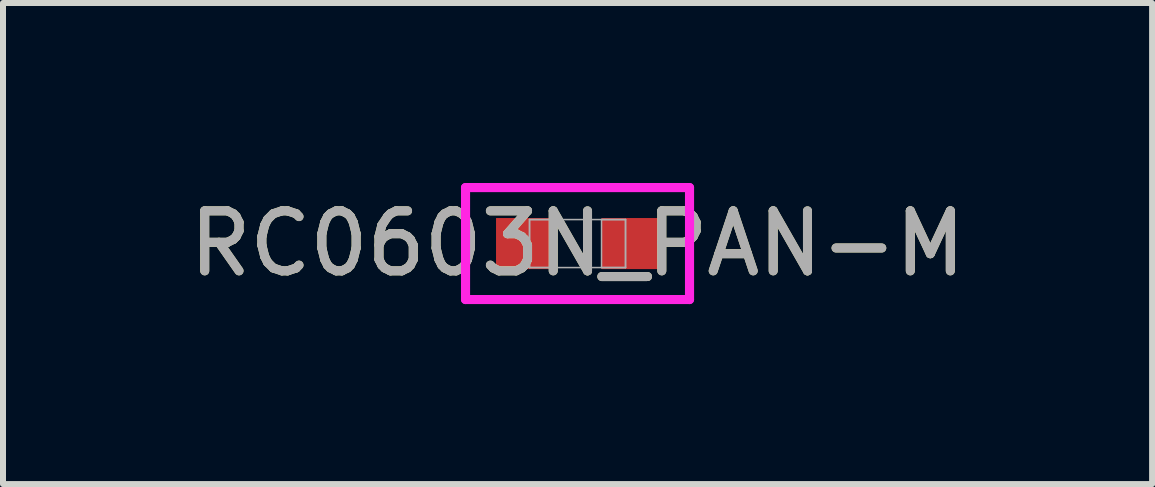
<source format=kicad_pcb>
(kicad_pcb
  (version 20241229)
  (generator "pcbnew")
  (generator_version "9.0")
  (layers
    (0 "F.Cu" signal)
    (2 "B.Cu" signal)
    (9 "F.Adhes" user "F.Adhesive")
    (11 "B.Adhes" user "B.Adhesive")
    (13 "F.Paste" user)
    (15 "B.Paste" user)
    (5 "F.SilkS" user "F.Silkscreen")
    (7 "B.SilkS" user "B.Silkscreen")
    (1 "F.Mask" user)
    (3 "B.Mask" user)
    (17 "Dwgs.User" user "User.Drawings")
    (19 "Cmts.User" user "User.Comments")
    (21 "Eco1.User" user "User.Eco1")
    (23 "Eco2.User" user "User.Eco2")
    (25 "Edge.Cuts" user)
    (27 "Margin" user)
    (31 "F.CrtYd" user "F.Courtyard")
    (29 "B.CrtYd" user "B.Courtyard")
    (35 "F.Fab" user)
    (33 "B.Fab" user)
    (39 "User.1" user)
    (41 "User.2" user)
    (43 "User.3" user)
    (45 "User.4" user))
  (footprint "RC0603N_PAN-M"
    (layer "F.Cu")
    (at 6.577 1.01)
    (property "Reference" "RC0603N_PAN-M" (at 0 0 0) (unlocked yes) (layer "F.SilkS") (effects (font (size 1 1) (thickness 0.15))))
    (attr smd)
    (fp_line (start -1.867 -0.933) (end 1.867 -0.933) (stroke (width 0.152) (type solid)) (layer "F.CrtYd"))
    (fp_line (start -1.867 0.933) (end -1.867 -0.933) (stroke (width 0.152) (type solid)) (layer "F.CrtYd"))
    (fp_line (start 1.867 -0.933) (end 1.867 0.933) (stroke (width 0.152) (type solid)) (layer "F.CrtYd"))
    (fp_line (start 1.867 0.933) (end -1.867 0.933) (stroke (width 0.152) (type solid)) (layer "F.CrtYd"))
    (fp_line (start -0.8 -0.4) (end -0.8 0.4) (stroke (width 0.025) (type solid)) (layer "F.Fab"))
    (fp_line (start -0.8 -0.4) (end -0.8 0.4) (stroke (width 0.025) (type solid)) (layer "F.Fab"))
    (fp_line (start -0.8 0.4) (end -0.4 0.4) (stroke (width 0.025) (type solid)) (layer "F.Fab"))
    (fp_line (start -0.8 0.4) (end 0.8 0.4) (stroke (width 0.025) (type solid)) (layer "F.Fab"))
    (fp_line (start -0.4 -0.4) (end -0.8 -0.4) (stroke (width 0.025) (type solid)) (layer "F.Fab"))
    (fp_line (start -0.4 0.4) (end -0.4 -0.4) (stroke (width 0.025) (type solid)) (layer "F.Fab"))
    (fp_line (start 0.4 -0.4) (end 0.4 0.4) (stroke (width 0.025) (type solid)) (layer "F.Fab"))
    (fp_line (start 0.4 0.4) (end 0.8 0.4) (stroke (width 0.025) (type solid)) (layer "F.Fab"))
    (fp_line (start 0.8 -0.4) (end -0.8 -0.4) (stroke (width 0.025) (type solid)) (layer "F.Fab"))
    (fp_line (start 0.8 -0.4) (end 0.4 -0.4) (stroke (width 0.025) (type solid)) (layer "F.Fab"))
    (fp_line (start 0.8 0.4) (end 0.8 -0.4) (stroke (width 0.025) (type solid)) (layer "F.Fab"))
    (fp_line (start 0.8 0.4) (end 0.8 -0.4) (stroke (width 0.025) (type solid)) (layer "F.Fab"))
    (fp_text user "${REFERENCE}" (at 0 0 0) (unlocked yes) (layer "F.Fab") (effects (font (size 1 1) (thickness 0.15))))
    (pad "1" smd rect (at -0.879 0) (size 0.959 0.851) (layers "F.Cu" "F.Mask" "F.Paste"))
    (pad "2" smd rect (at 0.879 0) (size 0.959 0.851) (layers "F.Cu" "F.Mask" "F.Paste"))
    (zone (net_name "") (layer "F.Cu") (hatch full 0.508) (connect_pads) (min_thickness 0.254) (filled_areas_thickness no) (keepout (tracks not_allowed) (vias not_allowed) (pads allowed) (copperpour not_allowed) (footprints allowed)) (placement (enabled no)) (fill) (polygon (pts (xy 6.228 0.66) (xy 6.927 0.66) (xy 6.927 1.359) (xy 6.228 1.359)))))
  (gr_rect
    (start -3 -3)
    (end 16.155 5.019)
    (stroke (width 0.1) (type default))
    (fill no)
    (layer "Edge.Cuts")))
</source>
